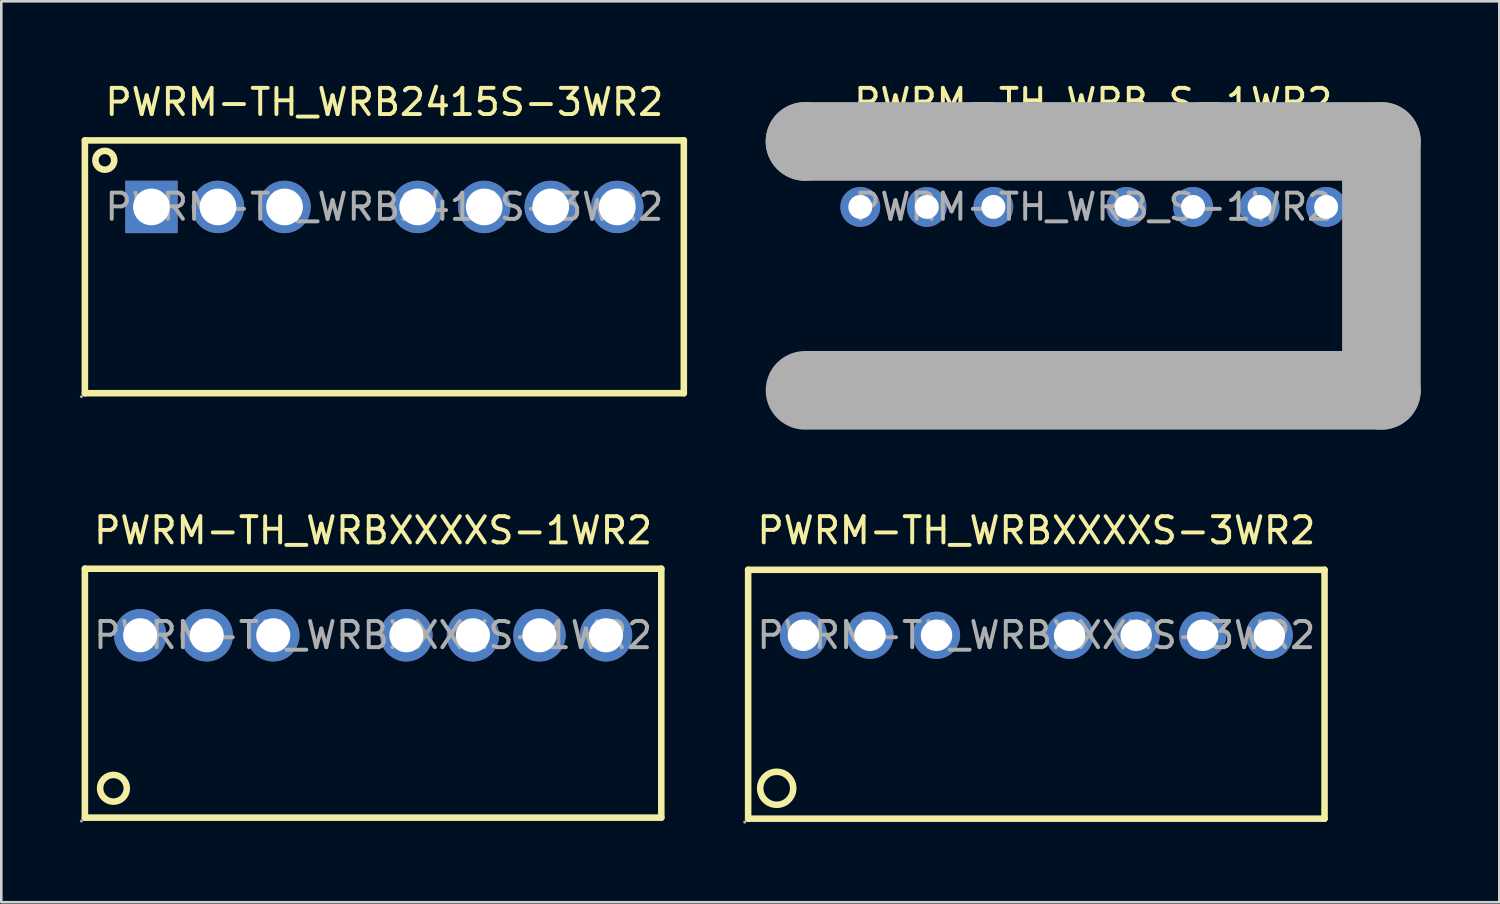
<source format=kicad_pcb>
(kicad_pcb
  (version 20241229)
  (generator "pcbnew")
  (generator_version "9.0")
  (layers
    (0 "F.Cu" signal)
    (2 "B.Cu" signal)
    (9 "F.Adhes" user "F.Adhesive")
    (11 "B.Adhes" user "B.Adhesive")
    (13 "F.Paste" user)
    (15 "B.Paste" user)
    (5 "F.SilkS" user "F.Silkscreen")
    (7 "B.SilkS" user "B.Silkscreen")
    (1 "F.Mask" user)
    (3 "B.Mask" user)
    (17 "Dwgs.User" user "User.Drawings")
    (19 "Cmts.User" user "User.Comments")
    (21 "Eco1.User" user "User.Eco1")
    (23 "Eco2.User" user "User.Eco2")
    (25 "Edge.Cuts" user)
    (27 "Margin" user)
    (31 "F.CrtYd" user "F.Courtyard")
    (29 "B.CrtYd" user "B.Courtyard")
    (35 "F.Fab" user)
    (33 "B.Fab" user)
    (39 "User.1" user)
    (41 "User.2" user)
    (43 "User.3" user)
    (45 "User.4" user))
  (footprint "PWRM-TH_WRB_S-1WR2"
    (layer "F.Cu")
    (at 38.675 4.848)
    (property "Reference" "PWRM-TH_WRB_S-1WR2" (at 0 -4 0) (layer "F.SilkS") (effects (font (size 1 1) (thickness 0.15))))
    (attr through_hole)
    (fp_line (start -11 -2.5) (end -11 -2.5) (stroke (width 3) (type solid)) (layer "F.Fab"))
    (fp_line (start -11 -2.5) (end 11 -2.5) (stroke (width 3) (type solid)) (layer "F.Fab"))
    (fp_line (start 11 -2.5) (end 11 7) (stroke (width 3) (type solid)) (layer "F.Fab"))
    (fp_line (start 11 7) (end -11 7) (stroke (width 3) (type solid)) (layer "F.Fab"))
    (fp_circle (center -11.13 7.13) (end -11.1 7.13) (stroke (width 0.06) (type solid)) (fill no) (layer "F.Fab"))
    (fp_circle (center -8.89 0) (end -8.71 0) (stroke (width 0.36) (type solid)) (fill no) (layer "F.Fab"))
    (fp_circle (center -6.35 0) (end -6.17 0) (stroke (width 0.36) (type solid)) (fill no) (layer "F.Fab"))
    (fp_circle (center -3.81 0) (end -3.63 0) (stroke (width 0.36) (type solid)) (fill no) (layer "F.Fab"))
    (fp_circle (center 1.27 0) (end 1.45 0) (stroke (width 0.36) (type solid)) (fill no) (layer "F.Fab"))
    (fp_circle (center 3.81 0) (end 3.99 0) (stroke (width 0.36) (type solid)) (fill no) (layer "F.Fab"))
    (fp_circle (center 6.35 0) (end 6.53 0) (stroke (width 0.36) (type solid)) (fill no) (layer "F.Fab"))
    (fp_circle (center 8.89 0) (end 9.07 0) (stroke (width 0.36) (type solid)) (fill no) (layer "F.Fab"))
    (fp_text user "${REFERENCE}" (at 0 0 0) (layer "F.Fab") (effects (font (size 1 1) (thickness 0.15))))
    (pad "1" thru_hole circle (at -8.89 0) (size 1.52 1.52) (drill 0.914) (layers "*.Cu" "*.Paste" "*.Mask"))
    (pad "2" thru_hole circle (at -6.35 0) (size 1.52 1.52) (drill 0.914) (layers "*.Cu" "*.Paste" "*.Mask"))
    (pad "3" thru_hole circle (at -3.81 0) (size 1.52 1.52) (drill 0.914) (layers "*.Cu" "*.Paste" "*.Mask"))
    (pad "5" thru_hole circle (at 1.27 0) (size 1.52 1.52) (drill 0.914) (layers "*.Cu" "*.Paste" "*.Mask"))
    (pad "6" thru_hole circle (at 3.81 0) (size 1.52 1.52) (drill 0.914) (layers "*.Cu" "*.Paste" "*.Mask"))
    (pad "7" thru_hole circle (at 6.35 0) (size 1.52 1.52) (drill 0.914) (layers "*.Cu" "*.Paste" "*.Mask"))
    (pad "8" thru_hole circle (at 8.89 0) (size 1.52 1.52) (drill 0.914) (layers "*.Cu" "*.Paste" "*.Mask")))
  (footprint "PWRM-TH_WRB2415S-3WR2"
    (layer "F.Cu")
    (at 11.62 4.848)
    (property "Reference" "PWRM-TH_WRB2415S-3WR2" (at 0 -4 0) (layer "F.SilkS") (effects (font (size 1 1) (thickness 0.15))))
    (attr through_hole)
    (fp_line (start -11.43 -2.54) (end 11.43 -2.54) (stroke (width 0.25) (type solid)) (layer "F.SilkS"))
    (fp_line (start -11.43 7.11) (end -11.43 -2.54) (stroke (width 0.25) (type solid)) (layer "F.SilkS"))
    (fp_line (start 11.43 -2.54) (end 11.43 7.11) (stroke (width 0.25) (type solid)) (layer "F.SilkS"))
    (fp_line (start 11.43 7.11) (end -11.43 7.11) (stroke (width 0.25) (type solid)) (layer "F.SilkS"))
    (fp_circle (center -10.67 -1.78) (end -10.31 -1.78) (stroke (width 0.25) (type solid)) (fill no) (layer "F.SilkS"))
    (fp_circle (center -11.56 7.24) (end -11.53 7.24) (stroke (width 0.06) (type solid)) (fill no) (layer "F.Fab"))
    (fp_circle (center -8.89 0) (end -8.59 0) (stroke (width 0.6) (type solid)) (fill no) (layer "F.Fab"))
    (fp_circle (center -6.35 0) (end -6.05 0) (stroke (width 0.6) (type solid)) (fill no) (layer "F.Fab"))
    (fp_circle (center -3.81 0) (end -3.51 0) (stroke (width 0.6) (type solid)) (fill no) (layer "F.Fab"))
    (fp_circle (center 1.27 0) (end 1.57 0) (stroke (width 0.6) (type solid)) (fill no) (layer "F.Fab"))
    (fp_circle (center 3.81 0) (end 4.11 0) (stroke (width 0.6) (type solid)) (fill no) (layer "F.Fab"))
    (fp_circle (center 6.35 0) (end 6.65 0) (stroke (width 0.6) (type solid)) (fill no) (layer "F.Fab"))
    (fp_circle (center 8.89 0) (end 9.19 0) (stroke (width 0.6) (type solid)) (fill no) (layer "F.Fab"))
    (fp_text user "${REFERENCE}" (at 0 0 0) (layer "F.Fab") (effects (font (size 1 1) (thickness 0.15))))
    (pad "1" thru_hole rect (at -8.89 0) (size 2 2) (drill 1.4) (layers "*.Cu" "*.Paste" "*.Mask"))
    (pad "2" thru_hole circle (at -6.35 0) (size 2 2) (drill 1.4) (layers "*.Cu" "*.Paste" "*.Mask"))
    (pad "3" thru_hole circle (at -3.81 0) (size 2 2) (drill 1.4) (layers "*.Cu" "*.Paste" "*.Mask"))
    (pad "5" thru_hole circle (at 1.27 0) (size 2 2) (drill 1.4) (layers "*.Cu" "*.Paste" "*.Mask"))
    (pad "6" thru_hole circle (at 3.81 0) (size 2 2) (drill 1.4) (layers "*.Cu" "*.Paste" "*.Mask"))
    (pad "7" thru_hole circle (at 6.35 0) (size 2 2) (drill 1.4) (layers "*.Cu" "*.Paste" "*.Mask"))
    (pad "8" thru_hole circle (at 8.89 0) (size 2 2) (drill 1.4) (layers "*.Cu" "*.Paste" "*.Mask")))
  (footprint "PWRM-TH_WRBXXXXS-3WR2"
    (layer "F.Cu")
    (at 36.505 21.197)
    (property "Reference" "PWRM-TH_WRBXXXXS-3WR2" (at 0 -4 0) (layer "F.SilkS") (effects (font (size 1 1) (thickness 0.15))))
    (attr through_hole)
    (fp_line (start -11 -2.5) (end -11 7) (stroke (width 0.25) (type solid)) (layer "F.SilkS"))
    (fp_line (start -11 -2.5) (end 11 -2.5) (stroke (width 0.25) (type solid)) (layer "F.SilkS"))
    (fp_line (start -11 7) (end 11 7) (stroke (width 0.25) (type solid)) (layer "F.SilkS"))
    (fp_line (start 11 -2.5) (end 11 7) (stroke (width 0.25) (type solid)) (layer "F.SilkS"))
    (fp_circle (center -9.91 5.84) (end -9.28 5.84) (stroke (width 0.25) (type solid)) (fill no) (layer "F.SilkS"))
    (fp_circle (center -11.13 7.13) (end -11.1 7.13) (stroke (width 0.06) (type solid)) (fill no) (layer "F.Fab"))
    (fp_circle (center -8.89 0) (end -8.64 0) (stroke (width 0.5) (type solid)) (fill no) (layer "F.Fab"))
    (fp_circle (center -6.35 0) (end -6.1 0) (stroke (width 0.5) (type solid)) (fill no) (layer "F.Fab"))
    (fp_circle (center -3.81 0) (end -3.56 0) (stroke (width 0.5) (type solid)) (fill no) (layer "F.Fab"))
    (fp_circle (center 1.27 0) (end 1.52 0) (stroke (width 0.5) (type solid)) (fill no) (layer "F.Fab"))
    (fp_circle (center 3.81 0) (end 4.06 0) (stroke (width 0.5) (type solid)) (fill no) (layer "F.Fab"))
    (fp_circle (center 6.35 0) (end 6.6 0) (stroke (width 0.5) (type solid)) (fill no) (layer "F.Fab"))
    (fp_circle (center 8.89 0) (end 9.14 0) (stroke (width 0.5) (type solid)) (fill no) (layer "F.Fab"))
    (fp_text user "${REFERENCE}" (at 0 0 0) (layer "F.Fab") (effects (font (size 1 1) (thickness 0.15))))
    (pad "1" thru_hole circle (at -8.89 0) (size 1.8 1.8) (drill 1.2) (layers "*.Cu" "*.Paste" "*.Mask"))
    (pad "2" thru_hole circle (at -6.35 0) (size 1.8 1.8) (drill 1.2) (layers "*.Cu" "*.Paste" "*.Mask"))
    (pad "3" thru_hole circle (at -3.81 0) (size 1.8 1.8) (drill 1.2) (layers "*.Cu" "*.Paste" "*.Mask"))
    (pad "5" thru_hole circle (at 1.27 0) (size 1.8 1.8) (drill 1.2) (layers "*.Cu" "*.Paste" "*.Mask"))
    (pad "6" thru_hole circle (at 3.81 0) (size 1.8 1.8) (drill 1.2) (layers "*.Cu" "*.Paste" "*.Mask"))
    (pad "7" thru_hole circle (at 6.35 0) (size 1.8 1.8) (drill 1.2) (layers "*.Cu" "*.Paste" "*.Mask"))
    (pad "8" thru_hole circle (at 8.89 0) (size 1.8 1.8) (drill 1.2) (layers "*.Cu" "*.Paste" "*.Mask")))
  (footprint "PWRM-TH_WRBXXXXS-1WR2"
    (layer "F.Cu")
    (at 11.19 21.197)
    (property "Reference" "PWRM-TH_WRBXXXXS-1WR2" (at 0 -4 0) (layer "F.SilkS") (effects (font (size 1 1) (thickness 0.15))))
    (attr through_hole)
    (fp_line (start -11 -2.54) (end 11 -2.54) (stroke (width 0.25) (type solid)) (layer "F.SilkS"))
    (fp_line (start -11 6.96) (end -11 -2.54) (stroke (width 0.25) (type solid)) (layer "F.SilkS"))
    (fp_line (start 11 -2.54) (end 11 6.96) (stroke (width 0.25) (type solid)) (layer "F.SilkS"))
    (fp_line (start 11 6.96) (end -11 6.96) (stroke (width 0.25) (type solid)) (layer "F.SilkS"))
    (fp_circle (center -9.91 5.84) (end -9.4 5.84) (stroke (width 0.25) (type solid)) (fill no) (layer "F.SilkS"))
    (fp_circle (center -11.13 7.09) (end -11.1 7.09) (stroke (width 0.06) (type solid)) (fill no) (layer "F.Fab"))
    (fp_circle (center -8.89 0) (end -8.61 0) (stroke (width 0.55) (type solid)) (fill no) (layer "F.Fab"))
    (fp_circle (center -6.35 0) (end -6.07 0) (stroke (width 0.55) (type solid)) (fill no) (layer "F.Fab"))
    (fp_circle (center -3.81 0) (end -3.53 0) (stroke (width 0.55) (type solid)) (fill no) (layer "F.Fab"))
    (fp_circle (center 1.27 0) (end 1.55 0) (stroke (width 0.55) (type solid)) (fill no) (layer "F.Fab"))
    (fp_circle (center 3.81 0) (end 4.09 0) (stroke (width 0.55) (type solid)) (fill no) (layer "F.Fab"))
    (fp_circle (center 6.35 0) (end 6.63 0) (stroke (width 0.55) (type solid)) (fill no) (layer "F.Fab"))
    (fp_circle (center 8.89 0) (end 9.17 0) (stroke (width 0.55) (type solid)) (fill no) (layer "F.Fab"))
    (fp_text user "${REFERENCE}" (at 0 0 0) (layer "F.Fab") (effects (font (size 1 1) (thickness 0.15))))
    (pad "1" thru_hole circle (at -8.89 0) (size 2 2) (drill 1.3) (layers "*.Cu" "*.Paste" "*.Mask"))
    (pad "2" thru_hole circle (at -6.35 0) (size 2 2) (drill 1.3) (layers "*.Cu" "*.Paste" "*.Mask"))
    (pad "3" thru_hole circle (at -3.81 0) (size 2 2) (drill 1.3) (layers "*.Cu" "*.Paste" "*.Mask"))
    (pad "5" thru_hole circle (at 1.27 0) (size 2 2) (drill 1.3) (layers "*.Cu" "*.Paste" "*.Mask"))
    (pad "6" thru_hole circle (at 3.81 0) (size 2 2) (drill 1.3) (layers "*.Cu" "*.Paste" "*.Mask"))
    (pad "7" thru_hole circle (at 6.35 0) (size 2 2) (drill 1.3) (layers "*.Cu" "*.Paste" "*.Mask"))
    (pad "8" thru_hole circle (at 8.89 0) (size 2 2) (drill 1.3) (layers "*.Cu" "*.Paste" "*.Mask")))
  (gr_rect
    (start -3 -3)
    (end 54.175 31.387)
    (stroke (width 0.1) (type default))
    (fill no)
    (layer "Edge.Cuts")))
</source>
